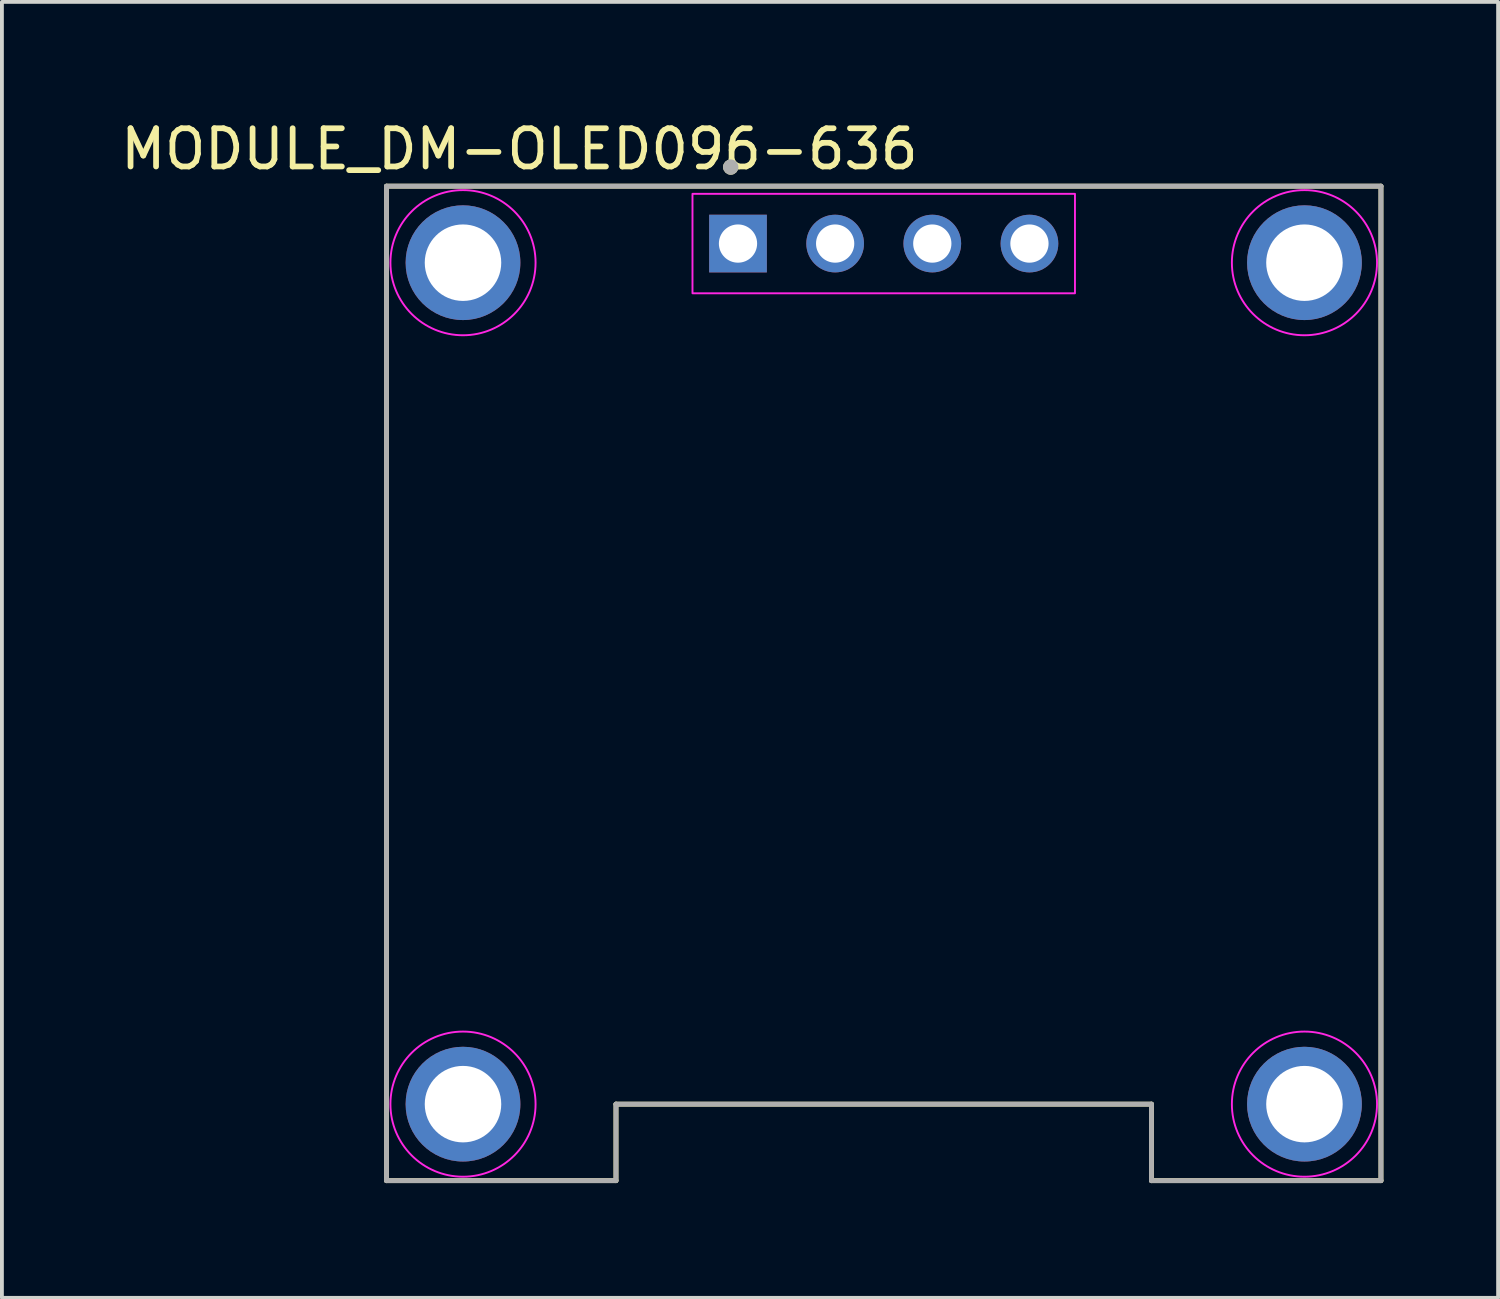
<source format=kicad_pcb>
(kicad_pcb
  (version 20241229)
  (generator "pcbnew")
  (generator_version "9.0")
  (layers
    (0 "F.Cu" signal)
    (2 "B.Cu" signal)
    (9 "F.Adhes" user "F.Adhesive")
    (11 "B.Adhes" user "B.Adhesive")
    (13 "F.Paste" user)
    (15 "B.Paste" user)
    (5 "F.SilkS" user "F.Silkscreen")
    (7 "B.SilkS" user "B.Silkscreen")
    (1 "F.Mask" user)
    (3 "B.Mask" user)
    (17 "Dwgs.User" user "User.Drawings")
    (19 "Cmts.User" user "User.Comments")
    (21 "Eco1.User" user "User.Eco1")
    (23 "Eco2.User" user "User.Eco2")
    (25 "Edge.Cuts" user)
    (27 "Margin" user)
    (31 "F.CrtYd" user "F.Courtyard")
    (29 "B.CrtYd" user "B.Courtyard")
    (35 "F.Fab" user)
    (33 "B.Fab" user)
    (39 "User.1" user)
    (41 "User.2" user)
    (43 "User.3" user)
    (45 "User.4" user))
  (footprint "MODULE_DM-OLED096-636"
    (layer "F.Cu")
    (at 20.055 14.818)
    (property "Reference" "MODULE_DM-OLED096-636" (at -9.525 -13.97 0) (layer "F.SilkS") (effects (font (size 1 1) (thickness 0.15))))
    (attr through_hole)
    (fp_line (start -13 -13) (end 13 -13) (stroke (width 0.127) (type solid)) (layer "F.SilkS"))
    (fp_line (start -13 13) (end -13 -13) (stroke (width 0.127) (type solid)) (layer "F.SilkS"))
    (fp_line (start -7 11) (end -7 13) (stroke (width 0.127) (type solid)) (layer "F.SilkS"))
    (fp_line (start -7 13) (end -13 13) (stroke (width 0.127) (type solid)) (layer "F.SilkS"))
    (fp_line (start 7 11) (end -7 11) (stroke (width 0.127) (type solid)) (layer "F.SilkS"))
    (fp_line (start 7 13) (end 7 11) (stroke (width 0.127) (type solid)) (layer "F.SilkS"))
    (fp_line (start 13 -13) (end 13 13) (stroke (width 0.127) (type solid)) (layer "F.SilkS"))
    (fp_line (start 13 13) (end 7 13) (stroke (width 0.127) (type solid)) (layer "F.SilkS"))
    (fp_circle (center -4 -13.5) (end -3.9 -13.5) (stroke (width 0.2) (type solid)) (fill no) (layer "F.SilkS"))
    (fp_rect (start -5 -10.2) (end 5 -12.8) (stroke (width 0.05) (type solid)) (fill no) (layer "F.CrtYd"))
    (fp_circle (center -11 -11) (end -10.4 -12.8) (stroke (width 0.05) (type solid)) (fill no) (layer "F.CrtYd"))
    (fp_circle (center -11 11) (end -10.4 9.2) (stroke (width 0.05) (type solid)) (fill no) (layer "F.CrtYd"))
    (fp_circle (center 11 -11) (end 11.6 -12.8) (stroke (width 0.05) (type solid)) (fill no) (layer "F.CrtYd"))
    (fp_circle (center 11 11) (end 11.6 9.2) (stroke (width 0.05) (type solid)) (fill no) (layer "F.CrtYd"))
    (fp_line (start -13 -13) (end 13 -13) (stroke (width 0.127) (type solid)) (layer "F.Fab"))
    (fp_line (start -13 13) (end -13 -13) (stroke (width 0.127) (type solid)) (layer "F.Fab"))
    (fp_line (start -7 11) (end 7 11) (stroke (width 0.127) (type solid)) (layer "F.Fab"))
    (fp_line (start -7 13) (end -13 13) (stroke (width 0.127) (type solid)) (layer "F.Fab"))
    (fp_line (start -7 13) (end -7 11) (stroke (width 0.127) (type solid)) (layer "F.Fab"))
    (fp_line (start 7 11) (end 7 13) (stroke (width 0.127) (type solid)) (layer "F.Fab"))
    (fp_line (start 13 -13) (end 13 13) (stroke (width 0.127) (type solid)) (layer "F.Fab"))
    (fp_line (start 13 13) (end 7 13) (stroke (width 0.127) (type solid)) (layer "F.Fab"))
    (fp_circle (center -4 -13.5) (end -3.9 -13.5) (stroke (width 0.2) (type solid)) (fill no) (layer "F.Fab"))
    (pad "" np_thru_hole circle (at -11 -11) (size 3 3) (drill 2) (layers "*.Cu" "*.Mask"))
    (pad "" np_thru_hole circle (at -11 11) (size 3 3) (drill 2) (layers "*.Cu" "*.Mask"))
    (pad "" np_thru_hole circle (at 11 -11) (size 3 3) (drill 2) (layers "*.Cu" "*.Mask"))
    (pad "" np_thru_hole circle (at 11 11) (size 3 3) (drill 2) (layers "*.Cu" "*.Mask"))
    (pad "1" thru_hole rect (at -3.81 -11.5) (size 1.508 1.508) (drill 1) (layers "*.Cu" "*.Mask"))
    (pad "2" thru_hole circle (at -1.27 -11.5) (size 1.508 1.508) (drill 1) (layers "*.Cu" "*.Mask"))
    (pad "3" thru_hole circle (at 1.27 -11.5) (size 1.508 1.508) (drill 1) (layers "*.Cu" "*.Mask"))
    (pad "4" thru_hole circle (at 3.81 -11.5) (size 1.508 1.508) (drill 1) (layers "*.Cu" "*.Mask")))
  (gr_rect
    (start -3 -3)
    (end 36.118 30.882)
    (stroke (width 0.1) (type default))
    (fill no)
    (layer "Edge.Cuts")))
</source>
